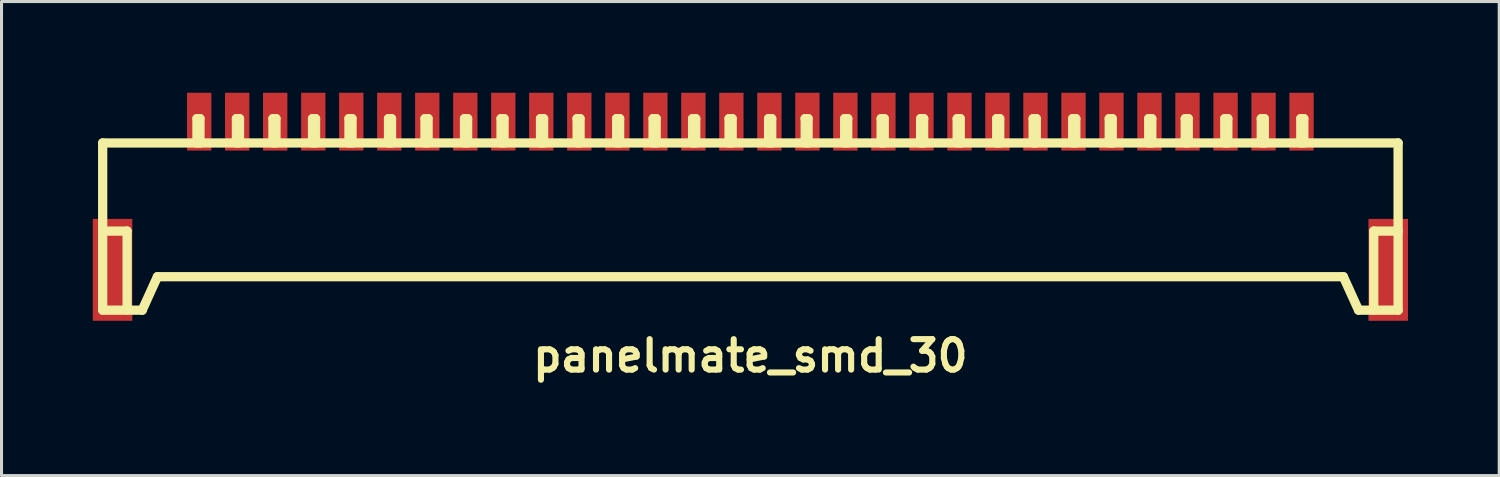
<source format=kicad_pcb>
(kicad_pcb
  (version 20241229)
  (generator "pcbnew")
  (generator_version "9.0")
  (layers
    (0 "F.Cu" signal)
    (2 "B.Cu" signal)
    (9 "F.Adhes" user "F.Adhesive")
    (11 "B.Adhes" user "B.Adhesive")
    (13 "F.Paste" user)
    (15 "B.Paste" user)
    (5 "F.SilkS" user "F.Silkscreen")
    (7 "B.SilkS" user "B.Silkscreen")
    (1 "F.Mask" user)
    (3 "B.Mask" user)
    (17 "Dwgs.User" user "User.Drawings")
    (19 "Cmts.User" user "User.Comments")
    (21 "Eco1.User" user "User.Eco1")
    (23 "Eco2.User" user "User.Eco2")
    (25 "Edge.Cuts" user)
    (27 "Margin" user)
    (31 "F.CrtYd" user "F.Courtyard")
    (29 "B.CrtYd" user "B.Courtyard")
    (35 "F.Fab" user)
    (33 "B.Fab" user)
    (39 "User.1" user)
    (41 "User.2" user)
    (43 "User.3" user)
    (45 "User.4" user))
  (footprint "panelmate_smd_30"
    (layer "F.Cu")
    (at 21.626 4.45)
    (property "Reference" "panelmate_smd_30" (at 0 4.201 0) (layer "F.SilkS") (effects (font (size 1.001 1.001) (thickness 0.201))))
    (attr smd)
    (fp_line (start -21.3 -2.799) (end -21.3 2.7) (stroke (width 0.305) (type solid)) (layer "F.SilkS"))
    (fp_line (start -21.298 0.099) (end -20.498 0.099) (stroke (width 0.305) (type solid)) (layer "F.SilkS"))
    (fp_line (start -20.495 0.099) (end -20.495 2.7) (stroke (width 0.305) (type solid)) (layer "F.SilkS"))
    (fp_line (start -20 2.7) (end -19.5 1.6) (stroke (width 0.305) (type solid)) (layer "F.SilkS"))
    (fp_line (start -19.997 2.7) (end -21.295 2.7) (stroke (width 0.305) (type solid)) (layer "F.SilkS"))
    (fp_line (start -19.5 1.6) (end 19.5 1.6) (stroke (width 0.305) (type solid)) (layer "F.SilkS"))
    (fp_line (start -18.199 -3.599) (end -18.1 -3.599) (stroke (width 0.305) (type solid)) (layer "F.SilkS"))
    (fp_line (start -18.199 -2.799) (end -18.199 -3.599) (stroke (width 0.305) (type solid)) (layer "F.SilkS"))
    (fp_line (start -18.1 -3.599) (end -18.1 -2.799) (stroke (width 0.305) (type solid)) (layer "F.SilkS"))
    (fp_line (start -16.901 -3.599) (end -16.8 -3.599) (stroke (width 0.305) (type solid)) (layer "F.SilkS"))
    (fp_line (start -16.901 -2.799) (end -16.901 -3.599) (stroke (width 0.305) (type solid)) (layer "F.SilkS"))
    (fp_line (start -16.8 -3.599) (end -16.8 -2.799) (stroke (width 0.305) (type solid)) (layer "F.SilkS"))
    (fp_line (start -15.7 -3.599) (end -15.601 -3.599) (stroke (width 0.305) (type solid)) (layer "F.SilkS"))
    (fp_line (start -15.7 -2.799) (end -15.7 -3.599) (stroke (width 0.305) (type solid)) (layer "F.SilkS"))
    (fp_line (start -15.601 -3.599) (end -15.601 -2.799) (stroke (width 0.305) (type solid)) (layer "F.SilkS"))
    (fp_line (start -14.399 -3.599) (end -14.3 -3.599) (stroke (width 0.305) (type solid)) (layer "F.SilkS"))
    (fp_line (start -14.399 -2.799) (end -14.399 -3.599) (stroke (width 0.305) (type solid)) (layer "F.SilkS"))
    (fp_line (start -14.3 -3.599) (end -14.3 -2.799) (stroke (width 0.305) (type solid)) (layer "F.SilkS"))
    (fp_line (start -13.2 -3.599) (end -13.099 -3.599) (stroke (width 0.305) (type solid)) (layer "F.SilkS"))
    (fp_line (start -13.2 -2.799) (end -13.2 -3.599) (stroke (width 0.305) (type solid)) (layer "F.SilkS"))
    (fp_line (start -13.099 -3.599) (end -13.099 -2.799) (stroke (width 0.305) (type solid)) (layer "F.SilkS"))
    (fp_line (start -11.9 -3.599) (end -11.9 -2.799) (stroke (width 0.305) (type solid)) (layer "F.SilkS"))
    (fp_line (start -11.801 -3.599) (end -11.9 -3.599) (stroke (width 0.305) (type solid)) (layer "F.SilkS"))
    (fp_line (start -11.801 -2.799) (end -11.801 -3.599) (stroke (width 0.305) (type solid)) (layer "F.SilkS"))
    (fp_line (start -10.701 -3.599) (end -10.599 -3.599) (stroke (width 0.305) (type solid)) (layer "F.SilkS"))
    (fp_line (start -10.701 -2.799) (end -10.701 -3.599) (stroke (width 0.305) (type solid)) (layer "F.SilkS"))
    (fp_line (start -10.599 -3.599) (end -10.599 -2.799) (stroke (width 0.305) (type solid)) (layer "F.SilkS"))
    (fp_line (start -9.401 -3.599) (end -9.401 -2.799) (stroke (width 0.305) (type solid)) (layer "F.SilkS"))
    (fp_line (start -9.299 -3.599) (end -9.401 -3.599) (stroke (width 0.305) (type solid)) (layer "F.SilkS"))
    (fp_line (start -9.299 -2.799) (end -9.299 -3.599) (stroke (width 0.305) (type solid)) (layer "F.SilkS"))
    (fp_line (start -8.199 -3.599) (end -8.1 -3.599) (stroke (width 0.305) (type solid)) (layer "F.SilkS"))
    (fp_line (start -8.199 -2.799) (end -8.199 -3.599) (stroke (width 0.305) (type solid)) (layer "F.SilkS"))
    (fp_line (start -8.1 -3.599) (end -8.1 -2.799) (stroke (width 0.305) (type solid)) (layer "F.SilkS"))
    (fp_line (start -6.901 -3.599) (end -6.901 -2.799) (stroke (width 0.305) (type solid)) (layer "F.SilkS"))
    (fp_line (start -6.8 -3.599) (end -6.901 -3.599) (stroke (width 0.305) (type solid)) (layer "F.SilkS"))
    (fp_line (start -6.8 -2.799) (end -6.8 -3.599) (stroke (width 0.305) (type solid)) (layer "F.SilkS"))
    (fp_line (start -5.702 -3.599) (end -5.601 -3.599) (stroke (width 0.305) (type solid)) (layer "F.SilkS"))
    (fp_line (start -5.697 -2.799) (end -5.697 -3.599) (stroke (width 0.305) (type solid)) (layer "F.SilkS"))
    (fp_line (start -5.601 -3.599) (end -5.601 -2.799) (stroke (width 0.305) (type solid)) (layer "F.SilkS"))
    (fp_line (start -4.402 -3.599) (end -4.3 -3.599) (stroke (width 0.305) (type solid)) (layer "F.SilkS"))
    (fp_line (start -4.397 -2.799) (end -4.397 -3.599) (stroke (width 0.305) (type solid)) (layer "F.SilkS"))
    (fp_line (start -4.3 -3.599) (end -4.3 -2.799) (stroke (width 0.305) (type solid)) (layer "F.SilkS"))
    (fp_line (start -3.2 -3.599) (end -3.2 -2.799) (stroke (width 0.305) (type solid)) (layer "F.SilkS"))
    (fp_line (start -3.099 -3.599) (end -3.099 -2.799) (stroke (width 0.305) (type solid)) (layer "F.SilkS"))
    (fp_line (start -3.096 -3.599) (end -3.198 -3.599) (stroke (width 0.305) (type solid)) (layer "F.SilkS"))
    (fp_line (start -1.9 -3.599) (end -1.798 -3.599) (stroke (width 0.305) (type solid)) (layer "F.SilkS"))
    (fp_line (start -1.9 -2.799) (end -1.9 -3.599) (stroke (width 0.305) (type solid)) (layer "F.SilkS"))
    (fp_line (start -1.798 -3.599) (end -1.798 -2.799) (stroke (width 0.305) (type solid)) (layer "F.SilkS"))
    (fp_line (start -0.701 -3.599) (end -0.599 -3.599) (stroke (width 0.305) (type solid)) (layer "F.SilkS"))
    (fp_line (start -0.701 -2.799) (end -0.701 -3.599) (stroke (width 0.305) (type solid)) (layer "F.SilkS"))
    (fp_line (start -0.599 -3.599) (end -0.599 -2.799) (stroke (width 0.305) (type solid)) (layer "F.SilkS"))
    (fp_line (start 0.599 -3.599) (end 0.599 -2.799) (stroke (width 0.305) (type solid)) (layer "F.SilkS"))
    (fp_line (start 0.701 -3.599) (end 0.599 -3.599) (stroke (width 0.305) (type solid)) (layer "F.SilkS"))
    (fp_line (start 0.701 -2.799) (end 0.701 -3.599) (stroke (width 0.305) (type solid)) (layer "F.SilkS"))
    (fp_line (start 1.803 -3.599) (end 1.803 -2.799) (stroke (width 0.305) (type solid)) (layer "F.SilkS"))
    (fp_line (start 1.897 -3.599) (end 1.897 -2.799) (stroke (width 0.305) (type solid)) (layer "F.SilkS"))
    (fp_line (start 1.9 -3.599) (end 1.798 -3.599) (stroke (width 0.305) (type solid)) (layer "F.SilkS"))
    (fp_line (start 3.099 -3.599) (end 3.099 -2.799) (stroke (width 0.305) (type solid)) (layer "F.SilkS"))
    (fp_line (start 3.104 -3.599) (end 3.203 -3.599) (stroke (width 0.305) (type solid)) (layer "F.SilkS"))
    (fp_line (start 3.2 -2.799) (end 3.2 -3.599) (stroke (width 0.305) (type solid)) (layer "F.SilkS"))
    (fp_line (start 4.3 -3.599) (end 4.3 -2.799) (stroke (width 0.305) (type solid)) (layer "F.SilkS"))
    (fp_line (start 4.402 -2.799) (end 4.402 -3.599) (stroke (width 0.305) (type solid)) (layer "F.SilkS"))
    (fp_line (start 4.404 -3.599) (end 4.303 -3.599) (stroke (width 0.305) (type solid)) (layer "F.SilkS"))
    (fp_line (start 5.598 -3.599) (end 5.598 -2.799) (stroke (width 0.305) (type solid)) (layer "F.SilkS"))
    (fp_line (start 5.601 -3.599) (end 5.7 -3.599) (stroke (width 0.305) (type solid)) (layer "F.SilkS"))
    (fp_line (start 5.697 -2.799) (end 5.697 -3.599) (stroke (width 0.305) (type solid)) (layer "F.SilkS"))
    (fp_line (start 6.8 -3.599) (end 6.901 -3.599) (stroke (width 0.305) (type solid)) (layer "F.SilkS"))
    (fp_line (start 6.8 -2.799) (end 6.8 -3.599) (stroke (width 0.305) (type solid)) (layer "F.SilkS"))
    (fp_line (start 6.901 -3.599) (end 6.901 -2.799) (stroke (width 0.305) (type solid)) (layer "F.SilkS"))
    (fp_line (start 8.1 -3.599) (end 8.1 -2.799) (stroke (width 0.305) (type solid)) (layer "F.SilkS"))
    (fp_line (start 8.199 -3.599) (end 8.1 -3.599) (stroke (width 0.305) (type solid)) (layer "F.SilkS"))
    (fp_line (start 8.199 -2.799) (end 8.199 -3.599) (stroke (width 0.305) (type solid)) (layer "F.SilkS"))
    (fp_line (start 9.299 -3.599) (end 9.401 -3.599) (stroke (width 0.305) (type solid)) (layer "F.SilkS"))
    (fp_line (start 9.299 -2.799) (end 9.299 -3.599) (stroke (width 0.305) (type solid)) (layer "F.SilkS"))
    (fp_line (start 9.401 -3.599) (end 9.401 -2.799) (stroke (width 0.305) (type solid)) (layer "F.SilkS"))
    (fp_line (start 10.599 -3.599) (end 10.701 -3.599) (stroke (width 0.305) (type solid)) (layer "F.SilkS"))
    (fp_line (start 10.599 -2.799) (end 10.599 -3.599) (stroke (width 0.305) (type solid)) (layer "F.SilkS"))
    (fp_line (start 10.701 -3.599) (end 10.701 -2.799) (stroke (width 0.305) (type solid)) (layer "F.SilkS"))
    (fp_line (start 11.801 -3.599) (end 11.9 -3.599) (stroke (width 0.305) (type solid)) (layer "F.SilkS"))
    (fp_line (start 11.801 -2.799) (end 11.801 -3.599) (stroke (width 0.305) (type solid)) (layer "F.SilkS"))
    (fp_line (start 11.9 -3.599) (end 11.9 -2.799) (stroke (width 0.305) (type solid)) (layer "F.SilkS"))
    (fp_line (start 13.099 -3.599) (end 13.2 -3.599) (stroke (width 0.305) (type solid)) (layer "F.SilkS"))
    (fp_line (start 13.099 -2.799) (end 13.099 -3.599) (stroke (width 0.305) (type solid)) (layer "F.SilkS"))
    (fp_line (start 13.2 -3.599) (end 13.2 -2.799) (stroke (width 0.305) (type solid)) (layer "F.SilkS"))
    (fp_line (start 14.3 -3.599) (end 14.3 -2.799) (stroke (width 0.305) (type solid)) (layer "F.SilkS"))
    (fp_line (start 14.399 -3.599) (end 14.3 -3.599) (stroke (width 0.305) (type solid)) (layer "F.SilkS"))
    (fp_line (start 14.399 -2.799) (end 14.399 -3.599) (stroke (width 0.305) (type solid)) (layer "F.SilkS"))
    (fp_line (start 15.601 -3.599) (end 15.7 -3.599) (stroke (width 0.305) (type solid)) (layer "F.SilkS"))
    (fp_line (start 15.601 -2.799) (end 15.601 -3.599) (stroke (width 0.305) (type solid)) (layer "F.SilkS"))
    (fp_line (start 15.7 -3.599) (end 15.7 -2.799) (stroke (width 0.305) (type solid)) (layer "F.SilkS"))
    (fp_line (start 16.8 -3.599) (end 16.901 -3.599) (stroke (width 0.305) (type solid)) (layer "F.SilkS"))
    (fp_line (start 16.8 -2.799) (end 16.8 -3.599) (stroke (width 0.305) (type solid)) (layer "F.SilkS"))
    (fp_line (start 16.901 -3.599) (end 16.901 -2.799) (stroke (width 0.305) (type solid)) (layer "F.SilkS"))
    (fp_line (start 18.1 -3.599) (end 18.199 -3.599) (stroke (width 0.305) (type solid)) (layer "F.SilkS"))
    (fp_line (start 18.1 -2.799) (end 18.1 -3.599) (stroke (width 0.305) (type solid)) (layer "F.SilkS"))
    (fp_line (start 18.199 -3.599) (end 18.199 -2.799) (stroke (width 0.305) (type solid)) (layer "F.SilkS"))
    (fp_line (start 19.5 1.6) (end 20 2.7) (stroke (width 0.305) (type solid)) (layer "F.SilkS"))
    (fp_line (start 20.005 2.7) (end 21.303 2.7) (stroke (width 0.305) (type solid)) (layer "F.SilkS"))
    (fp_line (start 20.498 0.097) (end 20.498 2.697) (stroke (width 0.305) (type solid)) (layer "F.SilkS"))
    (fp_line (start 21.3 -2.799) (end -21.3 -2.799) (stroke (width 0.305) (type solid)) (layer "F.SilkS"))
    (fp_line (start 21.3 -2.799) (end 21.3 2.7) (stroke (width 0.305) (type solid)) (layer "F.SilkS"))
    (fp_line (start 21.303 0.099) (end 20.503 0.099) (stroke (width 0.305) (type solid)) (layer "F.SilkS"))
    (pad "1" smd rect (at -18.125 -3.5) (size 0.8 1.9) (layers "F.Cu" "F.Mask" "F.Paste"))
    (pad "2" smd rect (at -16.876 -3.5) (size 0.8 1.9) (layers "F.Cu" "F.Mask" "F.Paste"))
    (pad "3" smd rect (at -15.626 -3.5) (size 0.8 1.9) (layers "F.Cu" "F.Mask" "F.Paste"))
    (pad "4" smd rect (at -14.374 -3.5) (size 0.8 1.9) (layers "F.Cu" "F.Mask" "F.Paste"))
    (pad "5" smd rect (at -13.124 -3.5) (size 0.8 1.9) (layers "F.Cu" "F.Mask" "F.Paste"))
    (pad "6" smd rect (at -11.874 -3.5) (size 0.8 1.9) (layers "F.Cu" "F.Mask" "F.Paste"))
    (pad "7" smd rect (at -10.625 -3.5) (size 0.8 1.9) (layers "F.Cu" "F.Mask" "F.Paste"))
    (pad "8" smd rect (at -9.375 -3.5) (size 0.8 1.9) (layers "F.Cu" "F.Mask" "F.Paste"))
    (pad "9" smd rect (at -8.125 -3.5) (size 0.8 1.9) (layers "F.Cu" "F.Mask" "F.Paste"))
    (pad "10" smd rect (at -6.876 -3.5) (size 0.8 1.9) (layers "F.Cu" "F.Mask" "F.Paste"))
    (pad "11" smd rect (at -5.626 -3.5) (size 0.8 1.9) (layers "F.Cu" "F.Mask" "F.Paste"))
    (pad "12" smd rect (at -4.374 -3.5) (size 0.8 1.9) (layers "F.Cu" "F.Mask" "F.Paste"))
    (pad "13" smd rect (at -3.124 -3.5) (size 0.8 1.9) (layers "F.Cu" "F.Mask" "F.Paste"))
    (pad "14" smd rect (at -1.875 -3.5) (size 0.8 1.9) (layers "F.Cu" "F.Mask" "F.Paste"))
    (pad "15" smd rect (at -0.625 -3.5) (size 0.8 1.9) (layers "F.Cu" "F.Mask" "F.Paste"))
    (pad "16" smd rect (at 0.625 -3.5) (size 0.8 1.9) (layers "F.Cu" "F.Mask" "F.Paste"))
    (pad "17" smd rect (at 1.875 -3.5) (size 0.8 1.9) (layers "F.Cu" "F.Mask" "F.Paste"))
    (pad "18" smd rect (at 3.124 -3.5) (size 0.8 1.9) (layers "F.Cu" "F.Mask" "F.Paste"))
    (pad "19" smd rect (at 4.374 -3.5) (size 0.8 1.9) (layers "F.Cu" "F.Mask" "F.Paste"))
    (pad "20" smd rect (at 5.626 -3.5) (size 0.8 1.9) (layers "F.Cu" "F.Mask" "F.Paste"))
    (pad "21" smd rect (at 6.876 -3.5) (size 0.8 1.9) (layers "F.Cu" "F.Mask" "F.Paste"))
    (pad "22" smd rect (at 8.125 -3.5) (size 0.8 1.9) (layers "F.Cu" "F.Mask" "F.Paste"))
    (pad "23" smd rect (at 9.375 -3.5) (size 0.8 1.9) (layers "F.Cu" "F.Mask" "F.Paste"))
    (pad "24" smd rect (at 10.625 -3.5) (size 0.8 1.9) (layers "F.Cu" "F.Mask" "F.Paste"))
    (pad "25" smd rect (at 11.874 -3.5) (size 0.8 1.9) (layers "F.Cu" "F.Mask" "F.Paste"))
    (pad "26" smd rect (at 13.124 -3.5) (size 0.8 1.9) (layers "F.Cu" "F.Mask" "F.Paste"))
    (pad "27" smd rect (at 14.374 -3.5) (size 0.8 1.9) (layers "F.Cu" "F.Mask" "F.Paste"))
    (pad "28" smd rect (at 15.626 -3.5) (size 0.8 1.9) (layers "F.Cu" "F.Mask" "F.Paste"))
    (pad "29" smd rect (at 16.876 -3.5) (size 0.8 1.9) (layers "F.Cu" "F.Mask" "F.Paste"))
    (pad "30" smd rect (at 18.125 -3.5) (size 0.8 1.9) (layers "F.Cu" "F.Mask" "F.Paste"))
    (pad "31" smd rect (at -20.975 1.374) (size 1.3 3.35) (layers "F.Cu" "F.Mask" "F.Paste"))
    (pad "31" smd rect (at 20.975 1.374) (size 1.3 3.35) (layers "F.Cu" "F.Mask" "F.Paste")))
  (gr_rect
    (start -3 -3)
    (end 46.251 12.589)
    (stroke (width 0.1) (type default))
    (fill no)
    (layer "Edge.Cuts")))
</source>
